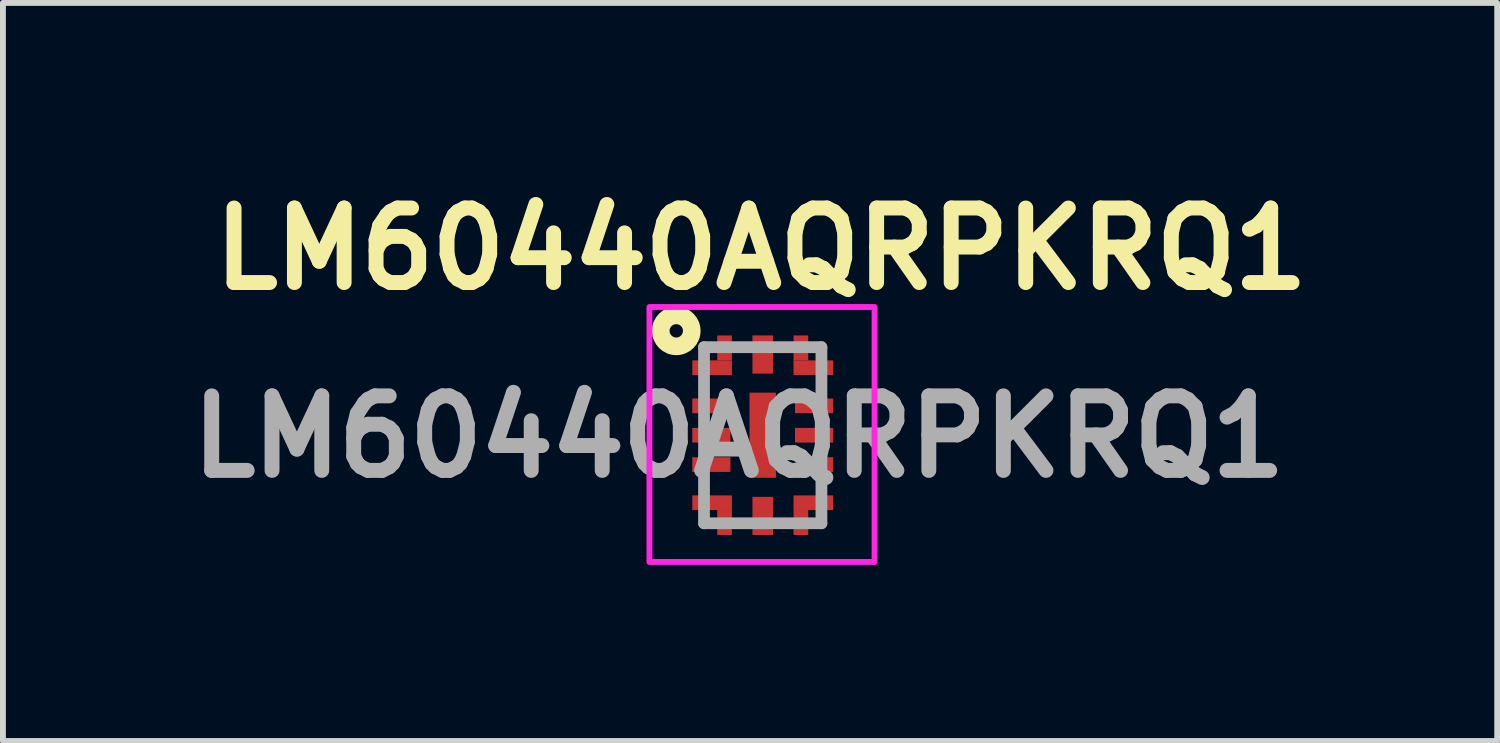
<source format=kicad_pcb>
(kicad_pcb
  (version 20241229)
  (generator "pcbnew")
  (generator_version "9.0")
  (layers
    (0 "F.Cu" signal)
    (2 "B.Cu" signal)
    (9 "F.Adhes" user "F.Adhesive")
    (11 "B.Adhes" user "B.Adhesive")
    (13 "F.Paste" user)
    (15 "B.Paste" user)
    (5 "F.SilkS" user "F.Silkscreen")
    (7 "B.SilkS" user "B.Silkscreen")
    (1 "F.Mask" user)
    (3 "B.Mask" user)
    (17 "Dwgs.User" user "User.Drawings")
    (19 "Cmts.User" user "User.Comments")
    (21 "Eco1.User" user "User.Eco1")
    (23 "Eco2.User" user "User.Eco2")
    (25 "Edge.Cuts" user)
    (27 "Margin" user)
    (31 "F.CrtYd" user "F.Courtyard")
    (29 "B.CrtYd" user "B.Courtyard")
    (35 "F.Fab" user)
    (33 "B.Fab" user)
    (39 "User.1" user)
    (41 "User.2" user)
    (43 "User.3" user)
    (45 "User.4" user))
  (footprint "LM60440AQRPKRQ1"
    (layer "F.Cu")
    (at 9.943 4.364)
    (property "Reference" "LM60440AQRPKRQ1" (at -0.025 -3.175 0) (layer "F.SilkS") (effects (font (size 1.27 1.27) (thickness 0.254))))
    (attr smd)
    (fp_circle (center -1.473 -1.778) (end -1.524 -1.88) (stroke (width 0.3) (type default)) (fill no) (layer "F.SilkS"))
    (fp_rect (start -1.93 -2.184) (end 1.905 2.159) (stroke (width 0.1) (type default)) (fill no) (layer "F.CrtYd"))
    (fp_line (start -1 -1.5) (end -1 1.5) (stroke (width 0.2) (type solid)) (layer "F.Fab"))
    (fp_line (start -1 1.5) (end 1 1.5) (stroke (width 0.2) (type solid)) (layer "F.Fab"))
    (fp_line (start 1 -1.5) (end -1 -1.5) (stroke (width 0.2) (type solid)) (layer "F.Fab"))
    (fp_line (start 1 1.5) (end 1 -1.5) (stroke (width 0.2) (type solid)) (layer "F.Fab"))
    (fp_text user "${REFERENCE}" (at -0.406 0.025 0) (layer "F.Fab") (effects (font (size 1.27 1.27) (thickness 0.254))))
    (pad "1" smd rect (at -0.862 -1.15 90) (size 0.25 0.675) (layers "F.Cu" "F.Mask" "F.Paste"))
    (pad "2" smd rect (at -0.875 -0.5 90) (size 0.25 0.65) (layers "F.Cu" "F.Mask" "F.Paste"))
    (pad "3" smd rect (at -0.875 0 90) (size 0.25 0.65) (layers "F.Cu" "F.Mask" "F.Paste"))
    (pad "4" smd rect (at -0.875 0.5 90) (size 0.25 0.65) (layers "F.Cu" "F.Mask" "F.Paste"))
    (pad "5" smd rect (at -0.862 1.15 90) (size 0.25 0.675) (layers "F.Cu" "F.Mask" "F.Paste"))
    (pad "6" smd rect (at 0 1.375) (size 0.35 0.65) (layers "F.Cu" "F.Mask" "F.Paste"))
    (pad "7" smd rect (at 0.862 1.15 90) (size 0.25 0.675) (layers "F.Cu" "F.Mask" "F.Paste"))
    (pad "8" smd rect (at 0.875 0.5 90) (size 0.25 0.65) (layers "F.Cu" "F.Mask" "F.Paste"))
    (pad "9" smd rect (at 0.875 0 90) (size 0.25 0.65) (layers "F.Cu" "F.Mask" "F.Paste"))
    (pad "10" smd rect (at 0.875 -0.5 90) (size 0.25 0.65) (layers "F.Cu" "F.Mask" "F.Paste"))
    (pad "11" smd rect (at 0.862 -1.15 90) (size 0.25 0.675) (layers "F.Cu" "F.Mask" "F.Paste"))
    (pad "12" smd rect (at 0 -1.375) (size 0.35 0.65) (layers "F.Cu" "F.Mask" "F.Paste"))
    (pad "13" smd rect (at 0 0) (size 0.45 1.45) (layers "F.Cu" "F.Mask" "F.Paste"))
    (pad "14" smd rect (at -0.65 -1.487) (size 0.25 0.425) (layers "F.Cu" "F.Mask" "F.Paste"))
    (pad "15" smd rect (at -0.65 1.487) (size 0.25 0.425) (layers "F.Cu" "F.Mask" "F.Paste"))
    (pad "16" smd rect (at 0.65 1.487) (size 0.25 0.425) (layers "F.Cu" "F.Mask" "F.Paste"))
    (pad "17" smd rect (at 0.65 -1.487) (size 0.25 0.425) (layers "F.Cu" "F.Mask" "F.Paste")))
  (gr_rect
    (start -3 -3)
    (end 22.455 9.573)
    (stroke (width 0.1) (type default))
    (fill no)
    (layer "Edge.Cuts")))
</source>
